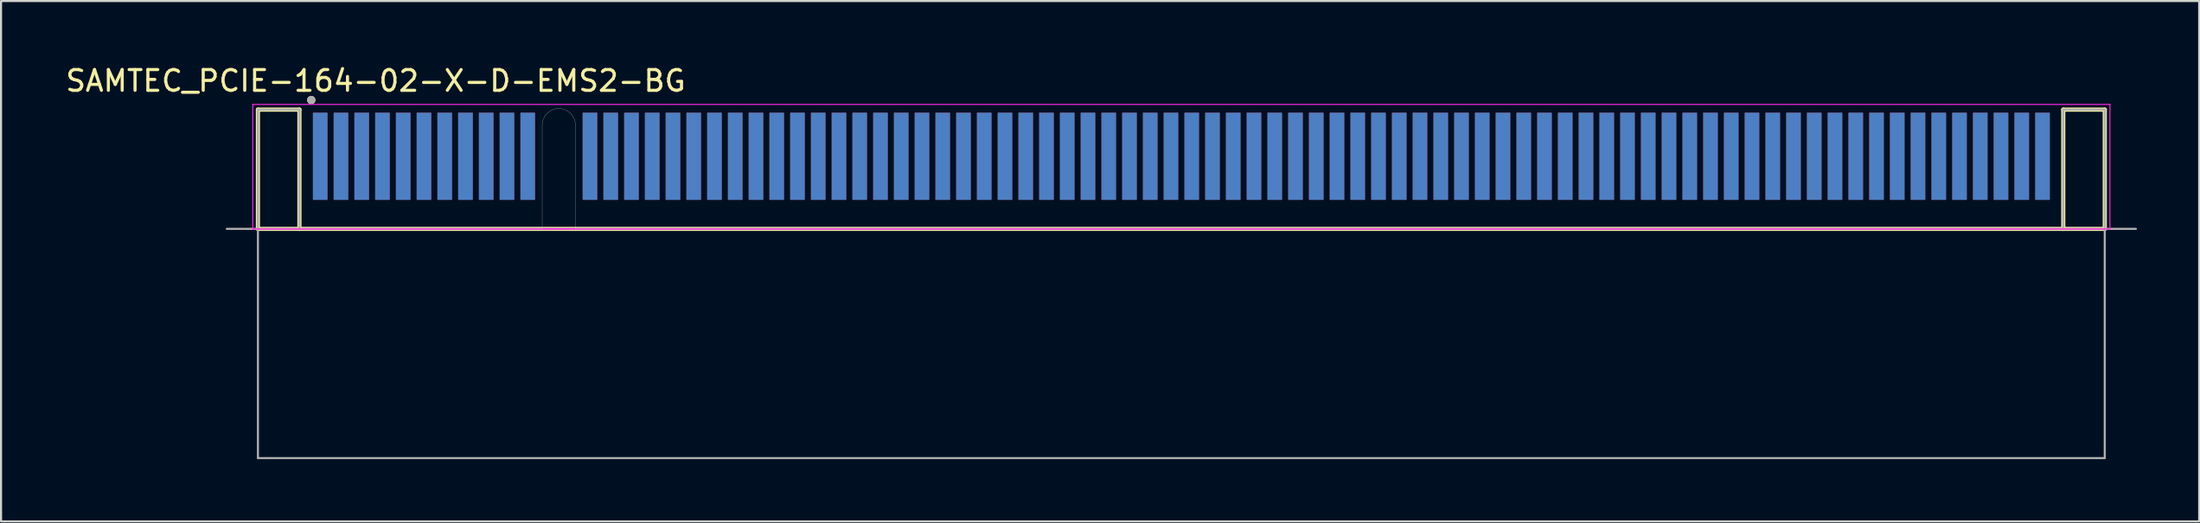
<source format=kicad_pcb>
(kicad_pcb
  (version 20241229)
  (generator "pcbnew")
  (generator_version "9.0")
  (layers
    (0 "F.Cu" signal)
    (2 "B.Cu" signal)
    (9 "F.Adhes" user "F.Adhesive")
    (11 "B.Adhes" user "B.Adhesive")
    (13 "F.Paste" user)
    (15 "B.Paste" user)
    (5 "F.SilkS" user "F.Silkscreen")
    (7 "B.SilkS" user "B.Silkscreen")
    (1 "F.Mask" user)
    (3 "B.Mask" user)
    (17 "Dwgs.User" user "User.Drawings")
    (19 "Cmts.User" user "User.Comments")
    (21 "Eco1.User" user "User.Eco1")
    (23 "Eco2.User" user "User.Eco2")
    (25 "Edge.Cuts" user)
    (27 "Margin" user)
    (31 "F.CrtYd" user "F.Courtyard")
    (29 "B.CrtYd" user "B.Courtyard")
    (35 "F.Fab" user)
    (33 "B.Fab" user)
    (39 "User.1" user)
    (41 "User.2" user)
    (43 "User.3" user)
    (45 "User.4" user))
  (footprint "SAMTEC_PCIE-164-02-X-D-EMS2-BG"
    (layer "F.Cu")
    (at 53.88 7.984)
    (property "Reference" "SAMTEC_PCIE-164-02-X-D-EMS2-BG" (at -38.827 -7.136 0) (layer "F.SilkS") (effects (font (size 1 1) (thickness 0.15))))
    (attr smd)
    (fp_line (start -44.5 -5.75) (end -42.5 -5.75) (stroke (width 0.2) (type solid)) (layer "F.SilkS"))
    (fp_line (start -44.5 0) (end -44.5 -5.75) (stroke (width 0.2) (type solid)) (layer "F.SilkS"))
    (fp_line (start -42.5 -5.75) (end -42.5 0) (stroke (width 0.2) (type solid)) (layer "F.SilkS"))
    (fp_line (start 42.5 -5.75) (end 44.5 -5.75) (stroke (width 0.2) (type solid)) (layer "F.SilkS"))
    (fp_line (start 42.5 0) (end 42.5 -5.75) (stroke (width 0.2) (type solid)) (layer "F.SilkS"))
    (fp_line (start 44.5 -5.75) (end 44.5 0) (stroke (width 0.2) (type solid)) (layer "F.SilkS"))
    (fp_line (start 44.5 0) (end -44.5 0) (stroke (width 0.2) (type solid)) (layer "F.SilkS"))
    (fp_circle (center -41.93 -6.21) (end -41.83 -6.21) (stroke (width 0.2) (type solid)) (fill no) (layer "F.SilkS"))
    (fp_line (start -30.8 0) (end -44.5 0) (stroke (width 0.01) (type solid)) (layer "Edge.Cuts"))
    (fp_line (start -30.8 0) (end -30.8 -5) (stroke (width 0.01) (type solid)) (layer "Edge.Cuts"))
    (fp_line (start -29.2 -5) (end -29.2 0) (stroke (width 0.01) (type solid)) (layer "Edge.Cuts"))
    (fp_line (start -29.2 0) (end 44.51 0) (stroke (width 0.01) (type solid)) (layer "Edge.Cuts"))
    (fp_arc (start -30.8 -5) (mid -30.565685 -5.565685) (end -30 -5.8) (stroke (width 0.01) (type solid)) (layer "Edge.Cuts"))
    (fp_arc (start -30 -5.8) (mid -29.434315 -5.565685) (end -29.2 -5) (stroke (width 0.01) (type solid)) (layer "Edge.Cuts"))
    (fp_line (start -44.75 -6) (end 44.75 -6) (stroke (width 0.05) (type solid)) (layer "F.CrtYd"))
    (fp_line (start -44.75 0) (end -44.75 -6) (stroke (width 0.05) (type solid)) (layer "F.CrtYd"))
    (fp_line (start 44.5 0) (end -44.5 0) (stroke (width 0.05) (type solid)) (layer "F.CrtYd"))
    (fp_line (start 44.75 -6) (end 44.75 0) (stroke (width 0.05) (type solid)) (layer "F.CrtYd"))
    (fp_line (start 44.75 0) (end -44.75 0) (stroke (width 0.05) (type solid)) (layer "F.CrtYd"))
    (fp_line (start -46 0) (end -44.5 0) (stroke (width 0.1) (type solid)) (layer "F.Fab"))
    (fp_line (start -44.5 -5.75) (end -42.5 -5.75) (stroke (width 0.1) (type solid)) (layer "F.Fab"))
    (fp_line (start -44.5 0) (end -44.5 -5.75) (stroke (width 0.1) (type solid)) (layer "F.Fab"))
    (fp_line (start -44.5 0) (end -44.5 11.05) (stroke (width 0.1) (type solid)) (layer "F.Fab"))
    (fp_line (start -44.5 11.05) (end 44.5 11.05) (stroke (width 0.1) (type solid)) (layer "F.Fab"))
    (fp_line (start -42.5 -5.75) (end -42.5 0) (stroke (width 0.1) (type solid)) (layer "F.Fab"))
    (fp_line (start -42.5 0) (end -44.5 0) (stroke (width 0.1) (type solid)) (layer "F.Fab"))
    (fp_line (start 42.5 -5.75) (end 44.5 -5.75) (stroke (width 0.1) (type solid)) (layer "F.Fab"))
    (fp_line (start 42.5 0) (end -42.5 0) (stroke (width 0.1) (type solid)) (layer "F.Fab"))
    (fp_line (start 42.5 0) (end 42.5 -5.75) (stroke (width 0.1) (type solid)) (layer "F.Fab"))
    (fp_line (start 44.5 -5.75) (end 44.5 0) (stroke (width 0.1) (type solid)) (layer "F.Fab"))
    (fp_line (start 44.5 0) (end 42.5 0) (stroke (width 0.1) (type solid)) (layer "F.Fab"))
    (fp_line (start 44.5 0) (end 46 0) (stroke (width 0.1) (type solid)) (layer "F.Fab"))
    (fp_line (start 44.5 11.05) (end 44.5 0) (stroke (width 0.1) (type solid)) (layer "F.Fab"))
    (fp_circle (center -41.93 -6.21) (end -41.83 -6.21) (stroke (width 0.2) (type solid)) (fill no) (layer "F.Fab"))
    (pad "A01" smd rect (at -41.5 -3.5) (size 0.7 4.2) (layers "F.Cu" "F.Mask" "F.Paste"))
    (pad "A02" smd rect (at -40.5 -3.5) (size 0.7 4.2) (layers "F.Cu" "F.Mask" "F.Paste"))
    (pad "A03" smd rect (at -39.5 -3.5) (size 0.7 4.2) (layers "F.Cu" "F.Mask" "F.Paste"))
    (pad "A04" smd rect (at -38.5 -3.5) (size 0.7 4.2) (layers "F.Cu" "F.Mask" "F.Paste"))
    (pad "A05" smd rect (at -37.5 -3.5) (size 0.7 4.2) (layers "F.Cu" "F.Mask" "F.Paste"))
    (pad "A06" smd rect (at -36.5 -3.5) (size 0.7 4.2) (layers "F.Cu" "F.Mask" "F.Paste"))
    (pad "A07" smd rect (at -35.5 -3.5) (size 0.7 4.2) (layers "F.Cu" "F.Mask" "F.Paste"))
    (pad "A08" smd rect (at -34.5 -3.5) (size 0.7 4.2) (layers "F.Cu" "F.Mask" "F.Paste"))
    (pad "A09" smd rect (at -33.5 -3.5) (size 0.7 4.2) (layers "F.Cu" "F.Mask" "F.Paste"))
    (pad "A10" smd rect (at -32.5 -3.5) (size 0.7 4.2) (layers "F.Cu" "F.Mask" "F.Paste"))
    (pad "A11" smd rect (at -31.5 -3.5) (size 0.7 4.2) (layers "F.Cu" "F.Mask" "F.Paste"))
    (pad "A12" smd rect (at -28.5 -3.5) (size 0.7 4.2) (layers "F.Cu" "F.Mask" "F.Paste"))
    (pad "A13" smd rect (at -27.5 -3.5) (size 0.7 4.2) (layers "F.Cu" "F.Mask" "F.Paste"))
    (pad "A14" smd rect (at -26.5 -3.5) (size 0.7 4.2) (layers "F.Cu" "F.Mask" "F.Paste"))
    (pad "A15" smd rect (at -25.5 -3.5) (size 0.7 4.2) (layers "F.Cu" "F.Mask" "F.Paste"))
    (pad "A16" smd rect (at -24.5 -3.5) (size 0.7 4.2) (layers "F.Cu" "F.Mask" "F.Paste"))
    (pad "A17" smd rect (at -23.5 -3.5) (size 0.7 4.2) (layers "F.Cu" "F.Mask" "F.Paste"))
    (pad "A18" smd rect (at -22.5 -3.5) (size 0.7 4.2) (layers "F.Cu" "F.Mask" "F.Paste"))
    (pad "A19" smd rect (at -21.5 -3.5) (size 0.7 4.2) (layers "F.Cu" "F.Mask" "F.Paste"))
    (pad "A20" smd rect (at -20.5 -3.5) (size 0.7 4.2) (layers "F.Cu" "F.Mask" "F.Paste"))
    (pad "A21" smd rect (at -19.5 -3.5) (size 0.7 4.2) (layers "F.Cu" "F.Mask" "F.Paste"))
    (pad "A22" smd rect (at -18.5 -3.5) (size 0.7 4.2) (layers "F.Cu" "F.Mask" "F.Paste"))
    (pad "A23" smd rect (at -17.5 -3.5) (size 0.7 4.2) (layers "F.Cu" "F.Mask" "F.Paste"))
    (pad "A24" smd rect (at -16.5 -3.5) (size 0.7 4.2) (layers "F.Cu" "F.Mask" "F.Paste"))
    (pad "A25" smd rect (at -15.5 -3.5) (size 0.7 4.2) (layers "F.Cu" "F.Mask" "F.Paste"))
    (pad "A26" smd rect (at -14.5 -3.5) (size 0.7 4.2) (layers "F.Cu" "F.Mask" "F.Paste"))
    (pad "A27" smd rect (at -13.5 -3.5) (size 0.7 4.2) (layers "F.Cu" "F.Mask" "F.Paste"))
    (pad "A28" smd rect (at -12.5 -3.5) (size 0.7 4.2) (layers "F.Cu" "F.Mask" "F.Paste"))
    (pad "A29" smd rect (at -11.5 -3.5) (size 0.7 4.2) (layers "F.Cu" "F.Mask" "F.Paste"))
    (pad "A30" smd rect (at -10.5 -3.5) (size 0.7 4.2) (layers "F.Cu" "F.Mask" "F.Paste"))
    (pad "A31" smd rect (at -9.5 -3.5) (size 0.7 4.2) (layers "F.Cu" "F.Mask" "F.Paste"))
    (pad "A32" smd rect (at -8.5 -3.5) (size 0.7 4.2) (layers "F.Cu" "F.Mask" "F.Paste"))
    (pad "A33" smd rect (at -7.5 -3.5) (size 0.7 4.2) (layers "F.Cu" "F.Mask" "F.Paste"))
    (pad "A34" smd rect (at -6.5 -3.5) (size 0.7 4.2) (layers "F.Cu" "F.Mask" "F.Paste"))
    (pad "A35" smd rect (at -5.5 -3.5) (size 0.7 4.2) (layers "F.Cu" "F.Mask" "F.Paste"))
    (pad "A36" smd rect (at -4.5 -3.5) (size 0.7 4.2) (layers "F.Cu" "F.Mask" "F.Paste"))
    (pad "A37" smd rect (at -3.5 -3.5) (size 0.7 4.2) (layers "F.Cu" "F.Mask" "F.Paste"))
    (pad "A38" smd rect (at -2.5 -3.5) (size 0.7 4.2) (layers "F.Cu" "F.Mask" "F.Paste"))
    (pad "A39" smd rect (at -1.5 -3.5) (size 0.7 4.2) (layers "F.Cu" "F.Mask" "F.Paste"))
    (pad "A40" smd rect (at -0.5 -3.5) (size 0.7 4.2) (layers "F.Cu" "F.Mask" "F.Paste"))
    (pad "A41" smd rect (at 0.5 -3.5) (size 0.7 4.2) (layers "F.Cu" "F.Mask" "F.Paste"))
    (pad "A42" smd rect (at 1.5 -3.5) (size 0.7 4.2) (layers "F.Cu" "F.Mask" "F.Paste"))
    (pad "A43" smd rect (at 2.5 -3.5) (size 0.7 4.2) (layers "F.Cu" "F.Mask" "F.Paste"))
    (pad "A44" smd rect (at 3.5 -3.5) (size 0.7 4.2) (layers "F.Cu" "F.Mask" "F.Paste"))
    (pad "A45" smd rect (at 4.5 -3.5) (size 0.7 4.2) (layers "F.Cu" "F.Mask" "F.Paste"))
    (pad "A46" smd rect (at 5.5 -3.5) (size 0.7 4.2) (layers "F.Cu" "F.Mask" "F.Paste"))
    (pad "A47" smd rect (at 6.5 -3.5) (size 0.7 4.2) (layers "F.Cu" "F.Mask" "F.Paste"))
    (pad "A48" smd rect (at 7.5 -3.5) (size 0.7 4.2) (layers "F.Cu" "F.Mask" "F.Paste"))
    (pad "A49" smd rect (at 8.5 -3.5) (size 0.7 4.2) (layers "F.Cu" "F.Mask" "F.Paste"))
    (pad "A50" smd rect (at 9.5 -3.5) (size 0.7 4.2) (layers "F.Cu" "F.Mask" "F.Paste"))
    (pad "A51" smd rect (at 10.5 -3.5) (size 0.7 4.2) (layers "F.Cu" "F.Mask" "F.Paste"))
    (pad "A52" smd rect (at 11.5 -3.5) (size 0.7 4.2) (layers "F.Cu" "F.Mask" "F.Paste"))
    (pad "A53" smd rect (at 12.5 -3.5) (size 0.7 4.2) (layers "F.Cu" "F.Mask" "F.Paste"))
    (pad "A54" smd rect (at 13.5 -3.5) (size 0.7 4.2) (layers "F.Cu" "F.Mask" "F.Paste"))
    (pad "A55" smd rect (at 14.5 -3.5) (size 0.7 4.2) (layers "F.Cu" "F.Mask" "F.Paste"))
    (pad "A56" smd rect (at 15.5 -3.5) (size 0.7 4.2) (layers "F.Cu" "F.Mask" "F.Paste"))
    (pad "A57" smd rect (at 16.5 -3.5) (size 0.7 4.2) (layers "F.Cu" "F.Mask" "F.Paste"))
    (pad "A58" smd rect (at 17.5 -3.5) (size 0.7 4.2) (layers "F.Cu" "F.Mask" "F.Paste"))
    (pad "A59" smd rect (at 18.5 -3.5) (size 0.7 4.2) (layers "F.Cu" "F.Mask" "F.Paste"))
    (pad "A60" smd rect (at 19.5 -3.5) (size 0.7 4.2) (layers "F.Cu" "F.Mask" "F.Paste"))
    (pad "A61" smd rect (at 20.5 -3.5) (size 0.7 4.2) (layers "F.Cu" "F.Mask" "F.Paste"))
    (pad "A62" smd rect (at 21.5 -3.5) (size 0.7 4.2) (layers "F.Cu" "F.Mask" "F.Paste"))
    (pad "A63" smd rect (at 22.5 -3.5) (size 0.7 4.2) (layers "F.Cu" "F.Mask" "F.Paste"))
    (pad "A64" smd rect (at 23.5 -3.5) (size 0.7 4.2) (layers "F.Cu" "F.Mask" "F.Paste"))
    (pad "A65" smd rect (at 24.5 -3.5) (size 0.7 4.2) (layers "F.Cu" "F.Mask" "F.Paste"))
    (pad "A66" smd rect (at 25.5 -3.5) (size 0.7 4.2) (layers "F.Cu" "F.Mask" "F.Paste"))
    (pad "A67" smd rect (at 26.5 -3.5) (size 0.7 4.2) (layers "F.Cu" "F.Mask" "F.Paste"))
    (pad "A68" smd rect (at 27.5 -3.5) (size 0.7 4.2) (layers "F.Cu" "F.Mask" "F.Paste"))
    (pad "A69" smd rect (at 28.5 -3.5) (size 0.7 4.2) (layers "F.Cu" "F.Mask" "F.Paste"))
    (pad "A70" smd rect (at 29.5 -3.5) (size 0.7 4.2) (layers "F.Cu" "F.Mask" "F.Paste"))
    (pad "A71" smd rect (at 30.5 -3.5) (size 0.7 4.2) (layers "F.Cu" "F.Mask" "F.Paste"))
    (pad "A72" smd rect (at 31.5 -3.5) (size 0.7 4.2) (layers "F.Cu" "F.Mask" "F.Paste"))
    (pad "A73" smd rect (at 32.5 -3.5) (size 0.7 4.2) (layers "F.Cu" "F.Mask" "F.Paste"))
    (pad "A74" smd rect (at 33.5 -3.5) (size 0.7 4.2) (layers "F.Cu" "F.Mask" "F.Paste"))
    (pad "A75" smd rect (at 34.5 -3.5) (size 0.7 4.2) (layers "F.Cu" "F.Mask" "F.Paste"))
    (pad "A76" smd rect (at 35.5 -3.5) (size 0.7 4.2) (layers "F.Cu" "F.Mask" "F.Paste"))
    (pad "A77" smd rect (at 36.5 -3.5) (size 0.7 4.2) (layers "F.Cu" "F.Mask" "F.Paste"))
    (pad "A78" smd rect (at 37.5 -3.5) (size 0.7 4.2) (layers "F.Cu" "F.Mask" "F.Paste"))
    (pad "A79" smd rect (at 38.5 -3.5) (size 0.7 4.2) (layers "F.Cu" "F.Mask" "F.Paste"))
    (pad "A80" smd rect (at 39.5 -3.5) (size 0.7 4.2) (layers "F.Cu" "F.Mask" "F.Paste"))
    (pad "A81" smd rect (at 40.5 -3.5) (size 0.7 4.2) (layers "F.Cu" "F.Mask" "F.Paste"))
    (pad "A82" smd rect (at 41.5 -3.5) (size 0.7 4.2) (layers "F.Cu" "F.Mask" "F.Paste"))
    (pad "B01" smd rect (at -41.5 -3.5) (size 0.7 4.2) (layers "B.Cu" "B.Mask" "B.Paste"))
    (pad "B02" smd rect (at -40.5 -3.5) (size 0.7 4.2) (layers "B.Cu" "B.Mask" "B.Paste"))
    (pad "B03" smd rect (at -39.5 -3.5) (size 0.7 4.2) (layers "B.Cu" "B.Mask" "B.Paste"))
    (pad "B04" smd rect (at -38.5 -3.5) (size 0.7 4.2) (layers "B.Cu" "B.Mask" "B.Paste"))
    (pad "B05" smd rect (at -37.5 -3.5) (size 0.7 4.2) (layers "B.Cu" "B.Mask" "B.Paste"))
    (pad "B06" smd rect (at -36.5 -3.5) (size 0.7 4.2) (layers "B.Cu" "B.Mask" "B.Paste"))
    (pad "B07" smd rect (at -35.5 -3.5) (size 0.7 4.2) (layers "B.Cu" "B.Mask" "B.Paste"))
    (pad "B08" smd rect (at -34.5 -3.5) (size 0.7 4.2) (layers "B.Cu" "B.Mask" "B.Paste"))
    (pad "B09" smd rect (at -33.5 -3.5) (size 0.7 4.2) (layers "B.Cu" "B.Mask" "B.Paste"))
    (pad "B10" smd rect (at -32.5 -3.5) (size 0.7 4.2) (layers "B.Cu" "B.Mask" "B.Paste"))
    (pad "B11" smd rect (at -31.5 -3.5) (size 0.7 4.2) (layers "B.Cu" "B.Mask" "B.Paste"))
    (pad "B12" smd rect (at -28.5 -3.5) (size 0.7 4.2) (layers "B.Cu" "B.Mask" "B.Paste"))
    (pad "B13" smd rect (at -27.5 -3.5) (size 0.7 4.2) (layers "B.Cu" "B.Mask" "B.Paste"))
    (pad "B14" smd rect (at -26.5 -3.5) (size 0.7 4.2) (layers "B.Cu" "B.Mask" "B.Paste"))
    (pad "B15" smd rect (at -25.5 -3.5) (size 0.7 4.2) (layers "B.Cu" "B.Mask" "B.Paste"))
    (pad "B16" smd rect (at -24.5 -3.5) (size 0.7 4.2) (layers "B.Cu" "B.Mask" "B.Paste"))
    (pad "B17" smd rect (at -23.5 -3.5) (size 0.7 4.2) (layers "B.Cu" "B.Mask" "B.Paste"))
    (pad "B18" smd rect (at -22.5 -3.5) (size 0.7 4.2) (layers "B.Cu" "B.Mask" "B.Paste"))
    (pad "B19" smd rect (at -21.5 -3.5) (size 0.7 4.2) (layers "B.Cu" "B.Mask" "B.Paste"))
    (pad "B20" smd rect (at -20.5 -3.5) (size 0.7 4.2) (layers "B.Cu" "B.Mask" "B.Paste"))
    (pad "B21" smd rect (at -19.5 -3.5) (size 0.7 4.2) (layers "B.Cu" "B.Mask" "B.Paste"))
    (pad "B22" smd rect (at -18.5 -3.5) (size 0.7 4.2) (layers "B.Cu" "B.Mask" "B.Paste"))
    (pad "B23" smd rect (at -17.5 -3.5) (size 0.7 4.2) (layers "B.Cu" "B.Mask" "B.Paste"))
    (pad "B24" smd rect (at -16.5 -3.5) (size 0.7 4.2) (layers "B.Cu" "B.Mask" "B.Paste"))
    (pad "B25" smd rect (at -15.5 -3.5) (size 0.7 4.2) (layers "B.Cu" "B.Mask" "B.Paste"))
    (pad "B26" smd rect (at -14.5 -3.5) (size 0.7 4.2) (layers "B.Cu" "B.Mask" "B.Paste"))
    (pad "B27" smd rect (at -13.5 -3.5) (size 0.7 4.2) (layers "B.Cu" "B.Mask" "B.Paste"))
    (pad "B28" smd rect (at -12.5 -3.5) (size 0.7 4.2) (layers "B.Cu" "B.Mask" "B.Paste"))
    (pad "B29" smd rect (at -11.5 -3.5) (size 0.7 4.2) (layers "B.Cu" "B.Mask" "B.Paste"))
    (pad "B30" smd rect (at -10.5 -3.5) (size 0.7 4.2) (layers "B.Cu" "B.Mask" "B.Paste"))
    (pad "B31" smd rect (at -9.5 -3.5) (size 0.7 4.2) (layers "B.Cu" "B.Mask" "B.Paste"))
    (pad "B32" smd rect (at -8.5 -3.5) (size 0.7 4.2) (layers "B.Cu" "B.Mask" "B.Paste"))
    (pad "B33" smd rect (at -7.5 -3.5) (size 0.7 4.2) (layers "B.Cu" "B.Mask" "B.Paste"))
    (pad "B34" smd rect (at -6.5 -3.5) (size 0.7 4.2) (layers "B.Cu" "B.Mask" "B.Paste"))
    (pad "B35" smd rect (at -5.5 -3.5) (size 0.7 4.2) (layers "B.Cu" "B.Mask" "B.Paste"))
    (pad "B36" smd rect (at -4.5 -3.5) (size 0.7 4.2) (layers "B.Cu" "B.Mask" "B.Paste"))
    (pad "B37" smd rect (at -3.5 -3.5) (size 0.7 4.2) (layers "B.Cu" "B.Mask" "B.Paste"))
    (pad "B38" smd rect (at -2.5 -3.5) (size 0.7 4.2) (layers "B.Cu" "B.Mask" "B.Paste"))
    (pad "B39" smd rect (at -1.5 -3.5) (size 0.7 4.2) (layers "B.Cu" "B.Mask" "B.Paste"))
    (pad "B40" smd rect (at -0.5 -3.5) (size 0.7 4.2) (layers "B.Cu" "B.Mask" "B.Paste"))
    (pad "B41" smd rect (at 0.5 -3.5) (size 0.7 4.2) (layers "B.Cu" "B.Mask" "B.Paste"))
    (pad "B42" smd rect (at 1.5 -3.5) (size 0.7 4.2) (layers "B.Cu" "B.Mask" "B.Paste"))
    (pad "B43" smd rect (at 2.5 -3.5) (size 0.7 4.2) (layers "B.Cu" "B.Mask" "B.Paste"))
    (pad "B44" smd rect (at 3.5 -3.5) (size 0.7 4.2) (layers "B.Cu" "B.Mask" "B.Paste"))
    (pad "B45" smd rect (at 4.5 -3.5) (size 0.7 4.2) (layers "B.Cu" "B.Mask" "B.Paste"))
    (pad "B46" smd rect (at 5.5 -3.5) (size 0.7 4.2) (layers "B.Cu" "B.Mask" "B.Paste"))
    (pad "B47" smd rect (at 6.5 -3.5) (size 0.7 4.2) (layers "B.Cu" "B.Mask" "B.Paste"))
    (pad "B48" smd rect (at 7.5 -3.5) (size 0.7 4.2) (layers "B.Cu" "B.Mask" "B.Paste"))
    (pad "B49" smd rect (at 8.5 -3.5) (size 0.7 4.2) (layers "B.Cu" "B.Mask" "B.Paste"))
    (pad "B50" smd rect (at 9.5 -3.5) (size 0.7 4.2) (layers "B.Cu" "B.Mask" "B.Paste"))
    (pad "B51" smd rect (at 10.5 -3.5) (size 0.7 4.2) (layers "B.Cu" "B.Mask" "B.Paste"))
    (pad "B52" smd rect (at 11.5 -3.5) (size 0.7 4.2) (layers "B.Cu" "B.Mask" "B.Paste"))
    (pad "B53" smd rect (at 12.5 -3.5) (size 0.7 4.2) (layers "B.Cu" "B.Mask" "B.Paste"))
    (pad "B54" smd rect (at 13.5 -3.5) (size 0.7 4.2) (layers "B.Cu" "B.Mask" "B.Paste"))
    (pad "B55" smd rect (at 14.5 -3.5) (size 0.7 4.2) (layers "B.Cu" "B.Mask" "B.Paste"))
    (pad "B56" smd rect (at 15.5 -3.5) (size 0.7 4.2) (layers "B.Cu" "B.Mask" "B.Paste"))
    (pad "B57" smd rect (at 16.5 -3.5) (size 0.7 4.2) (layers "B.Cu" "B.Mask" "B.Paste"))
    (pad "B58" smd rect (at 17.5 -3.5) (size 0.7 4.2) (layers "B.Cu" "B.Mask" "B.Paste"))
    (pad "B59" smd rect (at 18.5 -3.5) (size 0.7 4.2) (layers "B.Cu" "B.Mask" "B.Paste"))
    (pad "B60" smd rect (at 19.5 -3.5) (size 0.7 4.2) (layers "B.Cu" "B.Mask" "B.Paste"))
    (pad "B61" smd rect (at 20.5 -3.5) (size 0.7 4.2) (layers "B.Cu" "B.Mask" "B.Paste"))
    (pad "B62" smd rect (at 21.5 -3.5) (size 0.7 4.2) (layers "B.Cu" "B.Mask" "B.Paste"))
    (pad "B63" smd rect (at 22.5 -3.5) (size 0.7 4.2) (layers "B.Cu" "B.Mask" "B.Paste"))
    (pad "B64" smd rect (at 23.5 -3.5) (size 0.7 4.2) (layers "B.Cu" "B.Mask" "B.Paste"))
    (pad "B65" smd rect (at 24.5 -3.5) (size 0.7 4.2) (layers "B.Cu" "B.Mask" "B.Paste"))
    (pad "B66" smd rect (at 25.5 -3.5) (size 0.7 4.2) (layers "B.Cu" "B.Mask" "B.Paste"))
    (pad "B67" smd rect (at 26.5 -3.5) (size 0.7 4.2) (layers "B.Cu" "B.Mask" "B.Paste"))
    (pad "B68" smd rect (at 27.5 -3.5) (size 0.7 4.2) (layers "B.Cu" "B.Mask" "B.Paste"))
    (pad "B69" smd rect (at 28.5 -3.5) (size 0.7 4.2) (layers "B.Cu" "B.Mask" "B.Paste"))
    (pad "B70" smd rect (at 29.5 -3.5) (size 0.7 4.2) (layers "B.Cu" "B.Mask" "B.Paste"))
    (pad "B71" smd rect (at 30.5 -3.5) (size 0.7 4.2) (layers "B.Cu" "B.Mask" "B.Paste"))
    (pad "B72" smd rect (at 31.5 -3.5) (size 0.7 4.2) (layers "B.Cu" "B.Mask" "B.Paste"))
    (pad "B73" smd rect (at 32.5 -3.5) (size 0.7 4.2) (layers "B.Cu" "B.Mask" "B.Paste"))
    (pad "B74" smd rect (at 33.5 -3.5) (size 0.7 4.2) (layers "B.Cu" "B.Mask" "B.Paste"))
    (pad "B75" smd rect (at 34.5 -3.5) (size 0.7 4.2) (layers "B.Cu" "B.Mask" "B.Paste"))
    (pad "B76" smd rect (at 35.5 -3.5) (size 0.7 4.2) (layers "B.Cu" "B.Mask" "B.Paste"))
    (pad "B77" smd rect (at 36.5 -3.5) (size 0.7 4.2) (layers "B.Cu" "B.Mask" "B.Paste"))
    (pad "B78" smd rect (at 37.5 -3.5) (size 0.7 4.2) (layers "B.Cu" "B.Mask" "B.Paste"))
    (pad "B79" smd rect (at 38.5 -3.5) (size 0.7 4.2) (layers "B.Cu" "B.Mask" "B.Paste"))
    (pad "B80" smd rect (at 39.5 -3.5) (size 0.7 4.2) (layers "B.Cu" "B.Mask" "B.Paste"))
    (pad "B81" smd rect (at 40.5 -3.5) (size 0.7 4.2) (layers "B.Cu" "B.Mask" "B.Paste"))
    (pad "B82" smd rect (at 41.5 -3.5) (size 0.7 4.2) (layers "B.Cu" "B.Mask" "B.Paste")))
  (gr_rect
    (start -3 -3)
    (end 102.93 22.084)
    (stroke (width 0.1) (type default))
    (fill no)
    (layer "Edge.Cuts")))
</source>
